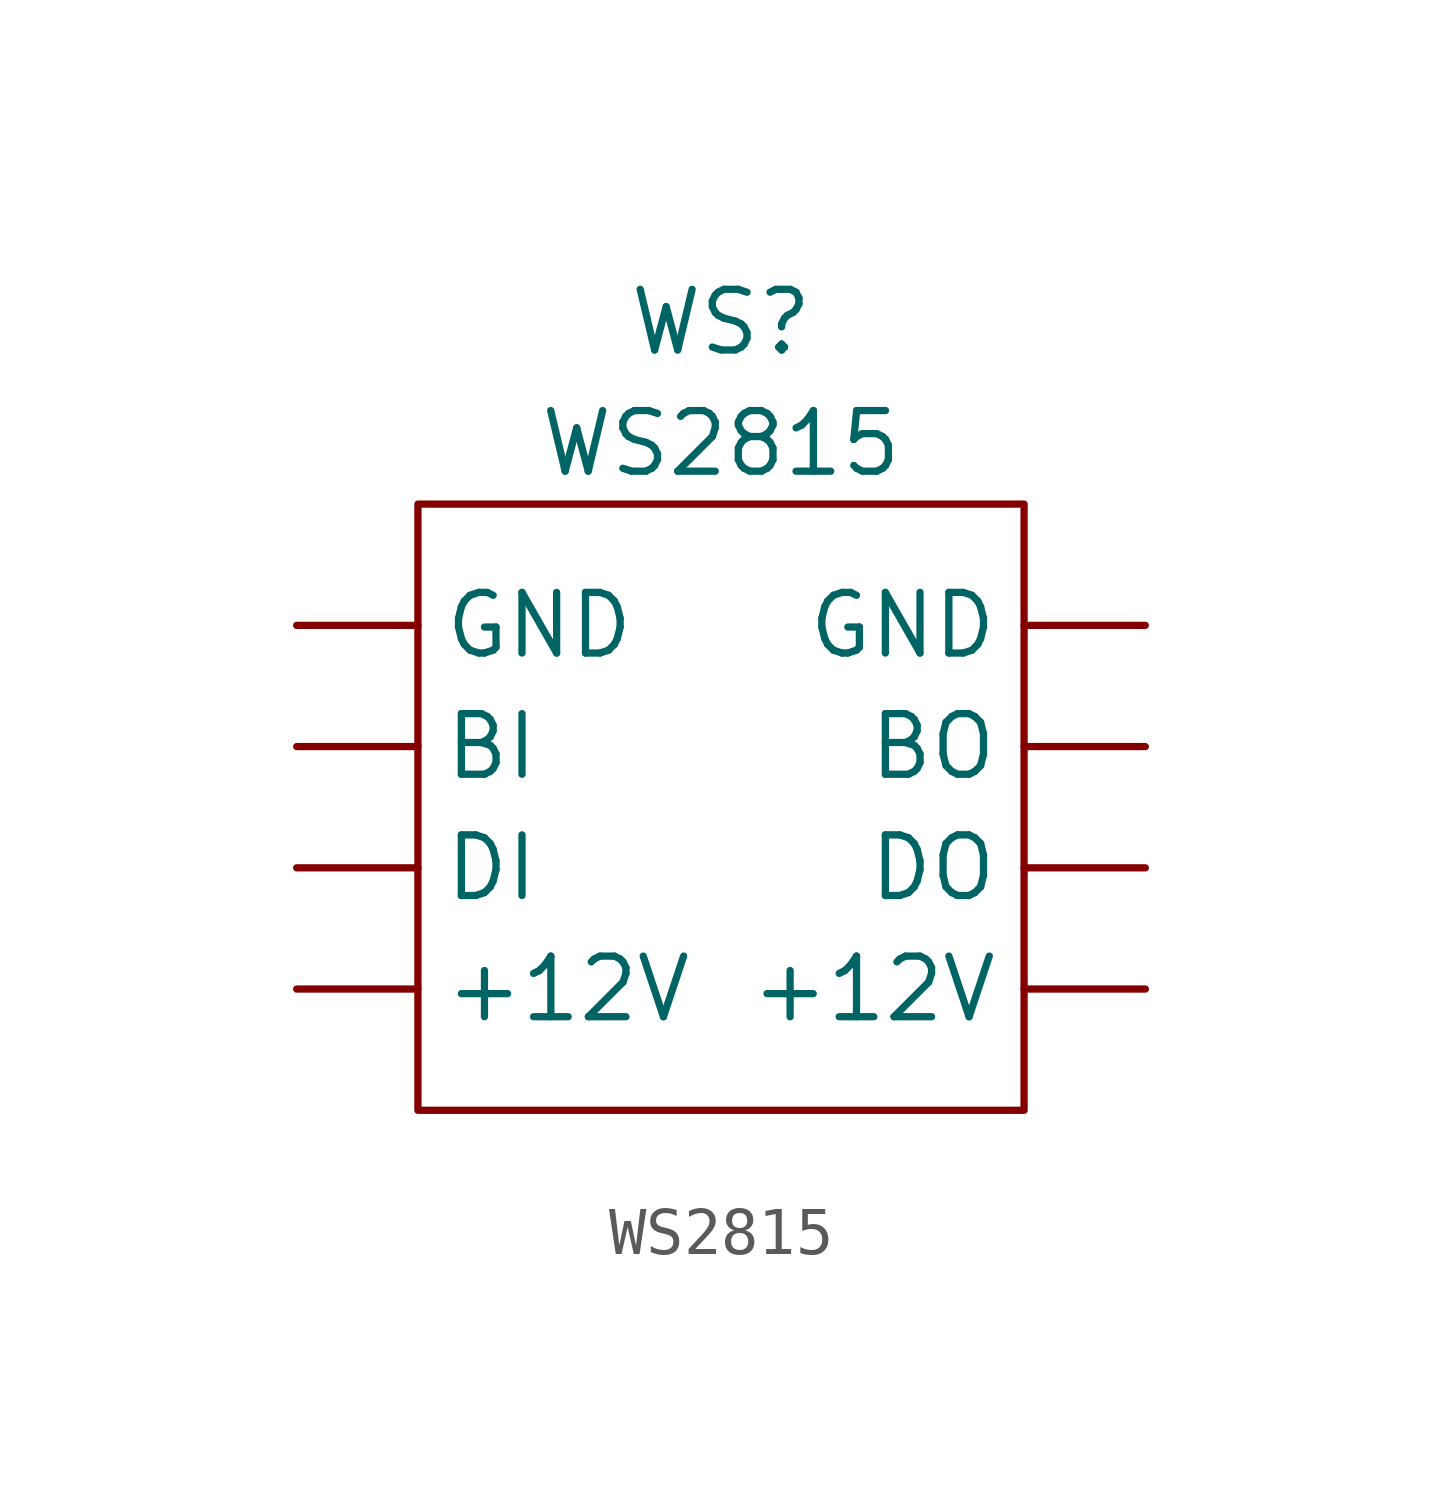
<source format=kicad_sym>
(kicad_symbol_lib
  (version 20211014)
  (generator kicad_symbol_editor)
  (symbol "WS2815"
    (property "Reference" "WS"
      (at 0 10.16 0)
      (effects (font (size 1.27 1.27))))
    (property "Value" "WS2815"
      (at 0 7.62 0)
      (effects (font (size 1.27 1.27))))
    (symbol "WS2815_0_1"
      (rectangle (start -6.35 6.35) (end 6.35 -6.35) (stroke (width 0) (type default) (color 0 0 0 0)) (fill (type none))))
    (symbol "WS2815_1_1"
      (pin input line (at -8.89 -3.81 0) (length 2.54) (name "+12V" (effects (font (size 1.27 1.27)))) (number "" (effects (font (size 1.27 1.27)))))
      (pin output line (at 8.89 -3.81 180) (length 2.54) (name "+12V" (effects (font (size 1.27 1.27)))) (number "" (effects (font (size 1.27 1.27)))))
      (pin input line (at -8.89 1.27 0) (length 2.54) (name "BI" (effects (font (size 1.27 1.27)))) (number "" (effects (font (size 1.27 1.27)))))
      (pin output line (at 8.89 1.27 180) (length 2.54) (name "BO" (effects (font (size 1.27 1.27)))) (number "" (effects (font (size 1.27 1.27)))))
      (pin input line (at -8.89 -1.27 0) (length 2.54) (name "DI" (effects (font (size 1.27 1.27)))) (number "" (effects (font (size 1.27 1.27)))))
      (pin output line (at 8.89 -1.27 180) (length 2.54) (name "DO" (effects (font (size 1.27 1.27)))) (number "" (effects (font (size 1.27 1.27)))))
      (pin input line (at -8.89 3.81 0) (length 2.54) (name "GND" (effects (font (size 1.27 1.27)))) (number "" (effects (font (size 1.27 1.27)))))
      (pin output line (at 8.89 3.81 180) (length 2.54) (name "GND" (effects (font (size 1.27 1.27)))) (number "" (effects (font (size 1.27 1.27))))))))
</source>
